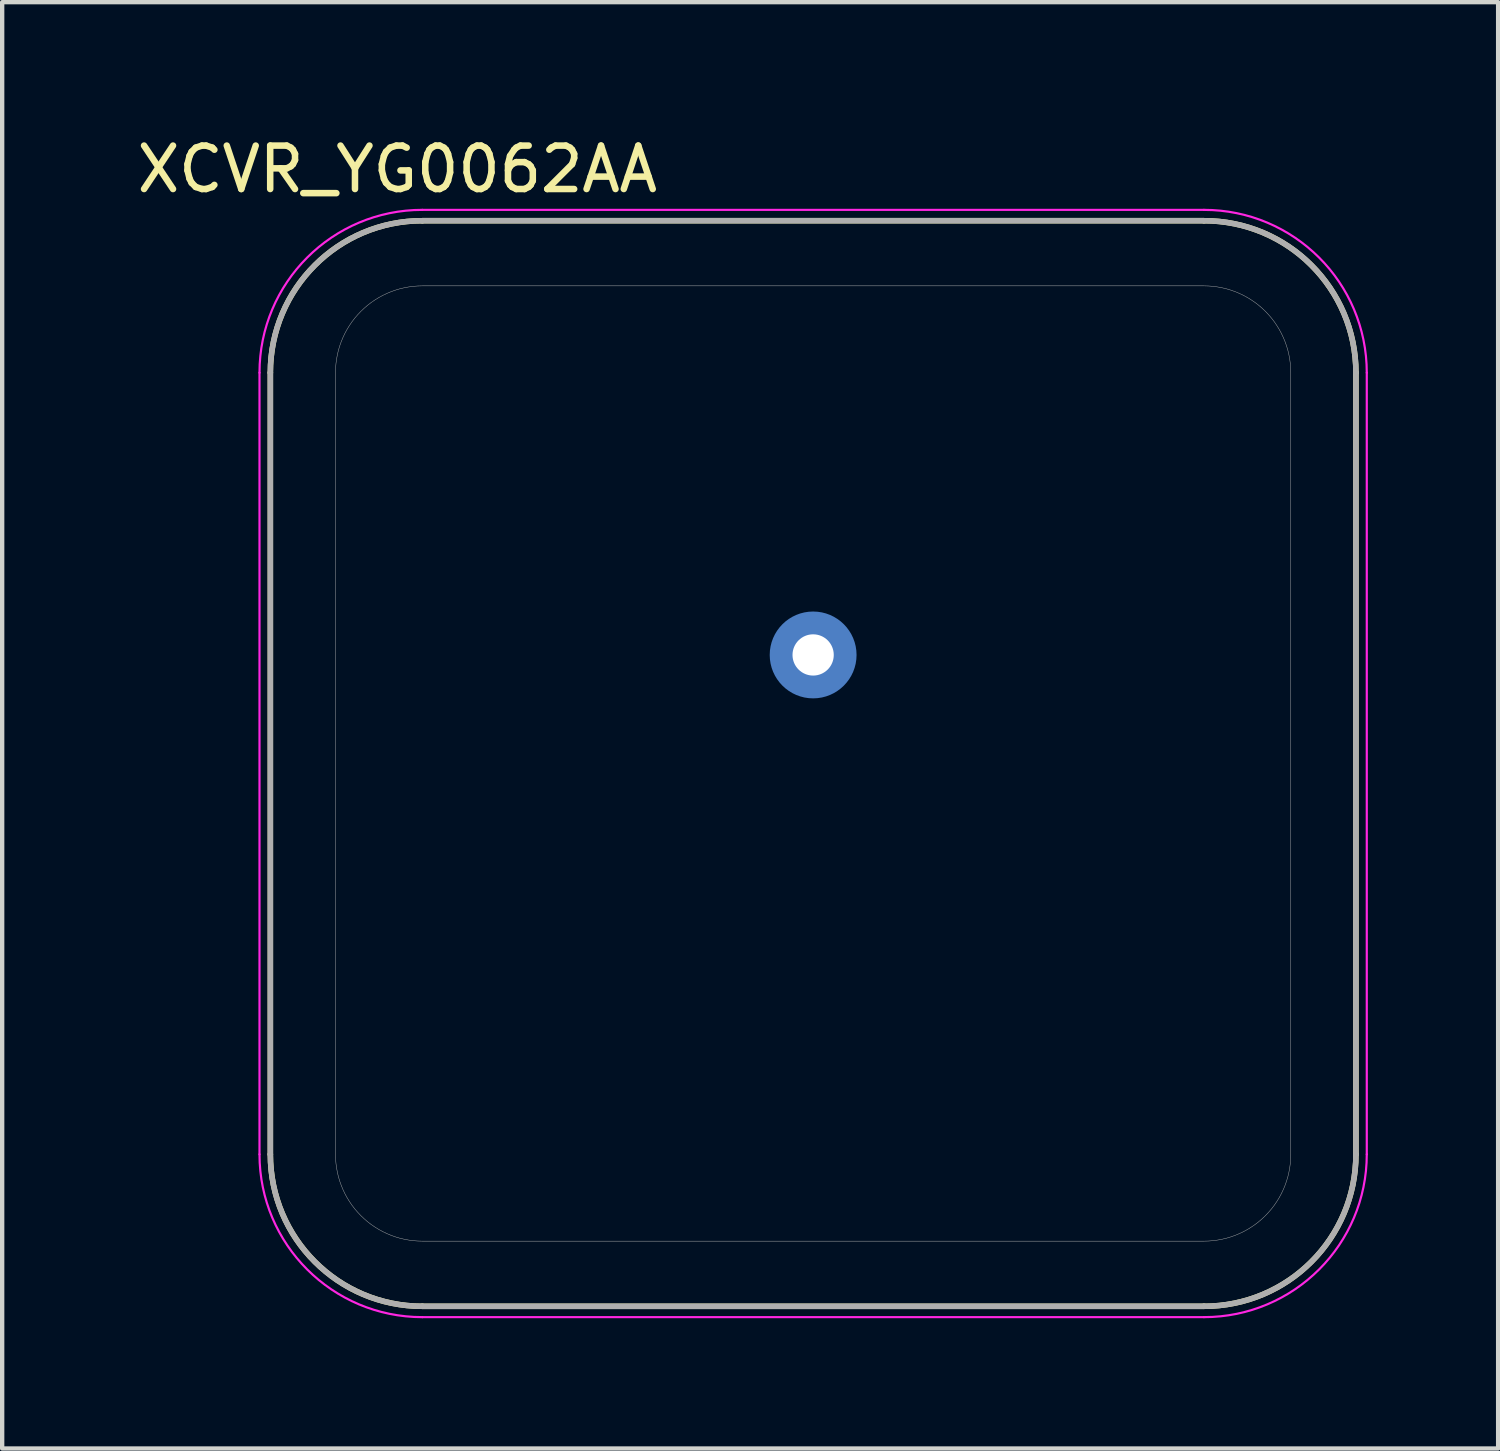
<source format=kicad_pcb>
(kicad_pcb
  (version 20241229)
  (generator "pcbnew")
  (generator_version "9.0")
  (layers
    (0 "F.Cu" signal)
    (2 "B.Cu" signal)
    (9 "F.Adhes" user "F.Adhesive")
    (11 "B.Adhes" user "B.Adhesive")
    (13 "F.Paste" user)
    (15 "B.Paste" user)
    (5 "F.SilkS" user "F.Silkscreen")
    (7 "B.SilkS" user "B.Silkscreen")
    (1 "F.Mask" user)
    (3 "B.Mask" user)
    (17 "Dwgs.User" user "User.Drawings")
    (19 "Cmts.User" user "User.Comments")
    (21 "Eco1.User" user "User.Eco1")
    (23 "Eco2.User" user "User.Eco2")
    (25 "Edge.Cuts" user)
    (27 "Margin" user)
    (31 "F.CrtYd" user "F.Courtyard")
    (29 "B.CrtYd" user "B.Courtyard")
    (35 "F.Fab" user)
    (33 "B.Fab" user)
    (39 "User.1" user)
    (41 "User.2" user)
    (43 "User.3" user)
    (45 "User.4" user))
  (footprint "XCVR_YG0062AA"
    (layer "F.Cu")
    (at 15.676 14.533)
    (property "Reference" "XCVR_YG0062AA" (at -9.575 -13.685 0) (layer "F.SilkS") (effects (font (size 1 1) (thickness 0.15))))
    (attr smd)
    (fp_circle (center 0 -2.5) (end 0.55 -2.5) (stroke (width 1.1) (type solid)) (fill no) (layer "B.Mask"))
    (fp_line (start -12.5 -9) (end -12.5 9) (stroke (width 0.127) (type solid)) (layer "F.SilkS"))
    (fp_line (start -9 12.5) (end 9 12.5) (stroke (width 0.127) (type solid)) (layer "F.SilkS"))
    (fp_line (start 9 -12.5) (end -9 -12.5) (stroke (width 0.127) (type solid)) (layer "F.SilkS"))
    (fp_line (start 12.5 9) (end 12.5 -9) (stroke (width 0.127) (type solid)) (layer "F.SilkS"))
    (fp_arc (start -12.5 -9) (mid -11.474874 -11.474874) (end -9 -12.5) (stroke (width 0.127) (type solid)) (layer "F.SilkS"))
    (fp_arc (start -9 12.5) (mid -11.474874 11.474874) (end -12.5 9) (stroke (width 0.127) (type solid)) (layer "F.SilkS"))
    (fp_arc (start 9 -12.5) (mid 11.474874 -11.474874) (end 12.5 -9) (stroke (width 0.127) (type solid)) (layer "F.SilkS"))
    (fp_arc (start 12.5 9) (mid 11.474874 11.474874) (end 9 12.5) (stroke (width 0.127) (type solid)) (layer "F.SilkS"))
    (fp_line (start -12.75 9) (end -12.75 -9) (stroke (width 0.05) (type solid)) (layer "F.CrtYd"))
    (fp_line (start -9 -12.75) (end 9 -12.75) (stroke (width 0.05) (type solid)) (layer "F.CrtYd"))
    (fp_line (start 9 12.75) (end -9 12.75) (stroke (width 0.05) (type solid)) (layer "F.CrtYd"))
    (fp_line (start 12.75 -9) (end 12.75 9) (stroke (width 0.05) (type solid)) (layer "F.CrtYd"))
    (fp_arc (start -12.75 -9) (mid -11.65165 -11.65165) (end -9 -12.75) (stroke (width 0.05) (type solid)) (layer "F.CrtYd"))
    (fp_arc (start -9 12.75) (mid -11.65165 11.65165) (end -12.75 9) (stroke (width 0.05) (type solid)) (layer "F.CrtYd"))
    (fp_arc (start 9 -12.75) (mid 11.65165 -11.65165) (end 12.75 -9) (stroke (width 0.05) (type solid)) (layer "F.CrtYd"))
    (fp_arc (start 12.75 9) (mid 11.65165 11.65165) (end 9 12.75) (stroke (width 0.05) (type solid)) (layer "F.CrtYd"))
    (fp_line (start -12.5 -9) (end -12.5 9) (stroke (width 0.127) (type solid)) (layer "F.Fab"))
    (fp_line (start -9 12.5) (end 9 12.5) (stroke (width 0.127) (type solid)) (layer "F.Fab"))
    (fp_line (start 9 -12.5) (end -9 -12.5) (stroke (width 0.127) (type solid)) (layer "F.Fab"))
    (fp_line (start 12.5 9) (end 12.5 -9) (stroke (width 0.127) (type solid)) (layer "F.Fab"))
    (fp_arc (start -12.5 -9) (mid -11.474874 -11.474874) (end -9 -12.5) (stroke (width 0.127) (type solid)) (layer "F.Fab"))
    (fp_arc (start -9 12.5) (mid -11.474874 11.474874) (end -12.5 9) (stroke (width 0.127) (type solid)) (layer "F.Fab"))
    (fp_arc (start 9 -12.5) (mid 11.474874 -11.474874) (end 12.5 -9) (stroke (width 0.127) (type solid)) (layer "F.Fab"))
    (fp_arc (start 12.5 9) (mid 11.474874 11.474874) (end 9 12.5) (stroke (width 0.127) (type solid)) (layer "F.Fab"))
    (fp_poly (pts (xy 9 11) (xy -9 11) (xy -9.105 10.997) (xy -9.209 10.989) (xy -9.313 10.975) (xy -9.416 10.956) (xy -9.518 10.932) (xy -9.618 10.902) (xy -9.717 10.867) (xy -9.813 10.827) (xy -9.908 10.782) (xy -10 10.732) (xy -10.089 10.677) (xy -10.176 10.618) (xy -10.259 10.554) (xy -10.338 10.486) (xy -10.414 10.414) (xy -10.486 10.338) (xy -10.554 10.259) (xy -10.618 10.176) (xy -10.677 10.089) (xy -10.732 10) (xy -10.782 9.908) (xy -10.827 9.813) (xy -10.867 9.717) (xy -10.902 9.618) (xy -10.932 9.518) (xy -10.956 9.416) (xy -10.975 9.313) (xy -10.989 9.209) (xy -10.997 9.105) (xy -11 9) (xy -11 -9) (xy -10.997 -9.105) (xy -10.989 -9.209) (xy -10.975 -9.313) (xy -10.956 -9.416) (xy -10.932 -9.518) (xy -10.902 -9.618) (xy -10.867 -9.717) (xy -10.827 -9.813) (xy -10.782 -9.908) (xy -10.732 -10) (xy -10.677 -10.089) (xy -10.618 -10.176) (xy -10.554 -10.259) (xy -10.486 -10.338) (xy -10.414 -10.414) (xy -10.338 -10.486) (xy -10.259 -10.554) (xy -10.176 -10.618) (xy -10.089 -10.677) (xy -10 -10.732) (xy -9.908 -10.782) (xy -9.813 -10.827) (xy -9.717 -10.867) (xy -9.618 -10.902) (xy -9.518 -10.932) (xy -9.416 -10.956) (xy -9.313 -10.975) (xy -9.209 -10.989) (xy -9.105 -10.997) (xy -9 -11) (xy 9 -11) (xy 9.105 -10.997) (xy 9.209 -10.989) (xy 9.313 -10.975) (xy 9.416 -10.956) (xy 9.518 -10.932) (xy 9.618 -10.902) (xy 9.717 -10.867) (xy 9.813 -10.827) (xy 9.908 -10.782) (xy 10 -10.732) (xy 10.089 -10.677) (xy 10.176 -10.618) (xy 10.259 -10.554) (xy 10.338 -10.486) (xy 10.414 -10.414) (xy 10.486 -10.338) (xy 10.554 -10.259) (xy 10.618 -10.176) (xy 10.677 -10.089) (xy 10.732 -10) (xy 10.782 -9.908) (xy 10.827 -9.813) (xy 10.867 -9.717) (xy 10.902 -9.618) (xy 10.932 -9.518) (xy 10.956 -9.416) (xy 10.975 -9.313) (xy 10.989 -9.209) (xy 10.997 -9.105) (xy 11 -9) (xy 11 9) (xy 10.997 9.105) (xy 10.989 9.209) (xy 10.975 9.313) (xy 10.956 9.416) (xy 10.932 9.518) (xy 10.902 9.618) (xy 10.867 9.717) (xy 10.827 9.813) (xy 10.782 9.908) (xy 10.732 10) (xy 10.677 10.089) (xy 10.618 10.176) (xy 10.554 10.259) (xy 10.486 10.338) (xy 10.414 10.414) (xy 10.338 10.486) (xy 10.259 10.554) (xy 10.176 10.618) (xy 10.089 10.677) (xy 10 10.732) (xy 9.908 10.782) (xy 9.813 10.827) (xy 9.717 10.867) (xy 9.618 10.902) (xy 9.518 10.932) (xy 9.416 10.956) (xy 9.313 10.975) (xy 9.209 10.989) (xy 9.105 10.997) (xy 9 11)) (stroke (width 0.01) (type solid)) (fill no) (layer "F.Fab"))
    (pad "1" thru_hole circle (at 0 -2.5) (size 0.96 0.96) (drill 0.95) (layers "*.Cu"))
    (pad "1_1" smd circle (at 0 -2.5) (size 2 2) (layers "B.Cu" "B.Mask" "B.Paste"))
    (zone (net_name "") (layer "F.Cu") (hatch full 0.508) (connect_pads) (min_thickness 1.5) (filled_areas_thickness no) (keepout (tracks not_allowed) (vias not_allowed) (pads not_allowed) (copperpour not_allowed) (footprints allowed)) (placement (enabled no)) (fill) (polygon (pts (xy 17.176 12.033) (xy 17.169 12.18) (xy 17.147 12.326) (xy 17.112 12.469) (xy 17.062 12.607) (xy 16.999 12.74) (xy 16.923 12.867) (xy 16.836 12.985) (xy 16.737 13.094) (xy 16.628 13.193) (xy 16.51 13.28) (xy 16.383 13.356) (xy 16.25 13.419) (xy 16.112 13.469) (xy 15.969 13.504) (xy 15.823 13.526) (xy 15.676 13.533) (xy 15.529 13.526) (xy 15.384 13.504) (xy 15.241 13.469) (xy 15.102 13.419) (xy 14.969 13.356) (xy 14.843 13.28) (xy 14.725 13.193) (xy 14.616 13.094) (xy 14.517 12.985) (xy 14.429 12.867) (xy 14.353 12.74) (xy 14.29 12.607) (xy 14.241 12.469) (xy 14.205 12.326) (xy 14.183 12.18) (xy 14.176 12.033) (xy 14.183 11.886) (xy 14.205 11.741) (xy 14.241 11.598) (xy 14.29 11.459) (xy 14.353 11.326) (xy 14.429 11.2) (xy 14.517 11.082) (xy 14.616 10.973) (xy 14.725 10.874) (xy 14.843 10.786) (xy 14.969 10.71) (xy 15.102 10.647) (xy 15.241 10.598) (xy 15.384 10.562) (xy 15.529 10.54) (xy 15.676 10.533) (xy 15.823 10.54) (xy 15.969 10.562) (xy 16.112 10.598) (xy 16.25 10.647) (xy 16.383 10.71) (xy 16.51 10.786) (xy 16.628 10.874) (xy 16.737 10.973) (xy 16.836 11.082) (xy 16.923 11.2) (xy 16.999 11.326) (xy 17.062 11.459) (xy 17.112 11.598) (xy 17.147 11.741) (xy 17.169 11.886))))
    (zone (net_name "") (layers "F.Cu" "B.Cu") (hatch full 0.508) (connect_pads) (min_thickness 1.5) (filled_areas_thickness no) (keepout (tracks allowed) (vias not_allowed) (pads allowed) (copperpour allowed) (footprints allowed)) (placement (enabled no)) (fill) (polygon (pts (xy 17.176 12.033) (xy 17.169 12.18) (xy 17.147 12.326) (xy 17.112 12.469) (xy 17.062 12.607) (xy 16.999 12.74) (xy 16.923 12.867) (xy 16.836 12.985) (xy 16.737 13.094) (xy 16.628 13.193) (xy 16.51 13.28) (xy 16.383 13.356) (xy 16.25 13.419) (xy 16.112 13.469) (xy 15.969 13.504) (xy 15.823 13.526) (xy 15.676 13.533) (xy 15.529 13.526) (xy 15.384 13.504) (xy 15.241 13.469) (xy 15.102 13.419) (xy 14.969 13.356) (xy 14.843 13.28) (xy 14.725 13.193) (xy 14.616 13.094) (xy 14.517 12.985) (xy 14.429 12.867) (xy 14.353 12.74) (xy 14.29 12.607) (xy 14.241 12.469) (xy 14.205 12.326) (xy 14.183 12.18) (xy 14.176 12.033) (xy 14.183 11.886) (xy 14.205 11.741) (xy 14.241 11.598) (xy 14.29 11.459) (xy 14.353 11.326) (xy 14.429 11.2) (xy 14.517 11.082) (xy 14.616 10.973) (xy 14.725 10.874) (xy 14.843 10.786) (xy 14.969 10.71) (xy 15.102 10.647) (xy 15.241 10.598) (xy 15.384 10.562) (xy 15.529 10.54) (xy 15.676 10.533) (xy 15.823 10.54) (xy 15.969 10.562) (xy 16.112 10.598) (xy 16.25 10.647) (xy 16.383 10.71) (xy 16.51 10.786) (xy 16.628 10.874) (xy 16.737 10.973) (xy 16.836 11.082) (xy 16.923 11.2) (xy 16.999 11.326) (xy 17.062 11.459) (xy 17.112 11.598) (xy 17.147 11.741) (xy 17.169 11.886))))
    (zone (net_name "") (layer "B.Cu") (hatch full 0.508) (connect_pads) (min_thickness 0.01) (filled_areas_thickness no) (keepout (tracks not_allowed) (vias not_allowed) (pads not_allowed) (copperpour not_allowed) (footprints allowed)) (placement (enabled no)) (fill) (polygon (pts (xy 14.176 12.033) (xy 14.178 11.954) (xy 14.184 11.876) (xy 14.194 11.798) (xy 14.209 11.721) (xy 14.227 11.645) (xy 14.249 11.569) (xy 14.276 11.495) (xy 14.306 11.423) (xy 14.339 11.352) (xy 14.377 11.283) (xy 14.418 11.216) (xy 14.462 11.151) (xy 14.51 11.089) (xy 14.561 11.029) (xy 14.615 10.972) (xy 14.672 10.918) (xy 14.732 10.867) (xy 14.794 10.819) (xy 14.859 10.775) (xy 14.926 10.734) (xy 14.995 10.696) (xy 15.066 10.663) (xy 15.138 10.633) (xy 15.212 10.606) (xy 15.288 10.584) (xy 15.364 10.566) (xy 15.441 10.551) (xy 15.519 10.541) (xy 15.597 10.535) (xy 15.676 10.533) (xy 15.755 10.535) (xy 15.833 10.541) (xy 15.911 10.551) (xy 15.988 10.566) (xy 16.064 10.584) (xy 16.14 10.606) (xy 16.214 10.633) (xy 16.286 10.663) (xy 16.357 10.696) (xy 16.426 10.734) (xy 16.493 10.775) (xy 16.558 10.819) (xy 16.62 10.867) (xy 16.68 10.918) (xy 16.737 10.972) (xy 16.791 11.029) (xy 16.842 11.089) (xy 16.89 11.151) (xy 16.934 11.216) (xy 16.975 11.283) (xy 17.013 11.352) (xy 17.046 11.423) (xy 17.076 11.495) (xy 17.103 11.569) (xy 17.125 11.645) (xy 17.143 11.721) (xy 17.158 11.798) (xy 17.168 11.876) (xy 17.174 11.954) (xy 17.176 12.033) (xy 17.175 12.092) (xy 17.172 12.149) (xy 17.166 12.206) (xy 17.158 12.263) (xy 17.148 12.32) (xy 17.136 12.376) (xy 17.122 12.432) (xy 17.106 12.487) (xy 17.087 12.542) (xy 17.067 12.596) (xy 17.044 12.648) (xy 17.02 12.7) (xy 16.993 12.752) (xy 16.965 12.801) (xy 16.934 12.85) (xy 16.902 12.898) (xy 16.868 12.944) (xy 16.832 12.989) (xy 16.795 13.033) (xy 16.755 13.075) (xy 16.715 13.116) (xy 16.672 13.155) (xy 16.629 13.192) (xy 16.583 13.228) (xy 16.537 13.262) (xy 16.489 13.294) (xy 16.44 13.324) (xy 16.39 13.352) (xy 16.339 13.379) (xy 16.276 13.408) (xy 16.276 12.833) (xy 16.301 12.813) (xy 16.325 12.794) (xy 16.348 12.773) (xy 16.371 12.752) (xy 16.393 12.73) (xy 16.414 12.708) (xy 16.434 12.685) (xy 16.454 12.661) (xy 16.473 12.636) (xy 16.491 12.612) (xy 16.509 12.586) (xy 16.526 12.56) (xy 16.541 12.534) (xy 16.556 12.507) (xy 16.571 12.479) (xy 16.584 12.451) (xy 16.597 12.423) (xy 16.608 12.394) (xy 16.619 12.365) (xy 16.629 12.336) (xy 16.638 12.306) (xy 16.646 12.277) (xy 16.653 12.247) (xy 16.659 12.216) (xy 16.664 12.186) (xy 16.668 12.155) (xy 16.672 12.124) (xy 16.674 12.094) (xy 16.676 12.063) (xy 16.676 12.033) (xy 16.675 11.981) (xy 16.671 11.928) (xy 16.664 11.877) (xy 16.654 11.825) (xy 16.642 11.774) (xy 16.627 11.724) (xy 16.61 11.675) (xy 16.59 11.626) (xy 16.567 11.579) (xy 16.542 11.533) (xy 16.515 11.488) (xy 16.485 11.445) (xy 16.453 11.404) (xy 16.419 11.364) (xy 16.383 11.326) (xy 16.345 11.29) (xy 16.305 11.256) (xy 16.264 11.224) (xy 16.221 11.194) (xy 16.176 11.167) (xy 16.13 11.142) (xy 16.083 11.119) (xy 16.034 11.099) (xy 15.985 11.082) (xy 15.935 11.067) (xy 15.884 11.055) (xy 15.832 11.045) (xy 15.781 11.038) (xy 15.728 11.034) (xy 15.676 11.033) (xy 15.624 11.034) (xy 15.571 11.038) (xy 15.52 11.045) (xy 15.468 11.055) (xy 15.417 11.067) (xy 15.367 11.082) (xy 15.318 11.099) (xy 15.269 11.119) (xy 15.222 11.142) (xy 15.176 11.167) (xy 15.131 11.194) (xy 15.088 11.224) (xy 15.047 11.256) (xy 15.007 11.29) (xy 14.969 11.326) (xy 14.933 11.364) (xy 14.899 11.404) (xy 14.867 11.445) (xy 14.837 11.488) (xy 14.81 11.533) (xy 14.785 11.579) (xy 14.762 11.626) (xy 14.742 11.675) (xy 14.725 11.724) (xy 14.71 11.774) (xy 14.698 11.825) (xy 14.688 11.877) (xy 14.681 11.928) (xy 14.677 11.981) (xy 14.676 12.033) (xy 14.676 12.063) (xy 14.678 12.094) (xy 14.68 12.124) (xy 14.684 12.155) (xy 14.688 12.186) (xy 14.693 12.216) (xy 14.699 12.247) (xy 14.706 12.277) (xy 14.714 12.306) (xy 14.723 12.336) (xy 14.733 12.365) (xy 14.744 12.394) (xy 14.755 12.423) (xy 14.768 12.451) (xy 14.781 12.479) (xy 14.796 12.507) (xy 14.811 12.534) (xy 14.826 12.56) (xy 14.843 12.586) (xy 14.861 12.612) (xy 14.879 12.636) (xy 14.898 12.661) (xy 14.918 12.685) (xy 14.938 12.708) (xy 14.959 12.73) (xy 14.981 12.752) (xy 15.004 12.773) (xy 15.027 12.794) (xy 15.051 12.813) (xy 15.076 12.833) (xy 15.076 13.408) (xy 15.013 13.379) (xy 14.962 13.352) (xy 14.912 13.324) (xy 14.863 13.294) (xy 14.815 13.262) (xy 14.769 13.228) (xy 14.723 13.192) (xy 14.68 13.155) (xy 14.637 13.116) (xy 14.597 13.075) (xy 14.557 13.033) (xy 14.52 12.989) (xy 14.484 12.944) (xy 14.45 12.898) (xy 14.418 12.85) (xy 14.387 12.801) (xy 14.359 12.752) (xy 14.332 12.7) (xy 14.308 12.648) (xy 14.285 12.596) (xy 14.265 12.542) (xy 14.246 12.487) (xy 14.23 12.432) (xy 14.216 12.376) (xy 14.204 12.32) (xy 14.194 12.263) (xy 14.186 12.206) (xy 14.18 12.149) (xy 14.177 12.092)))))
  (gr_rect
    (start -3 -3)
    (end 31.451 30.308)
    (stroke (width 0.1) (type default))
    (fill no)
    (layer "Edge.Cuts")))
</source>
